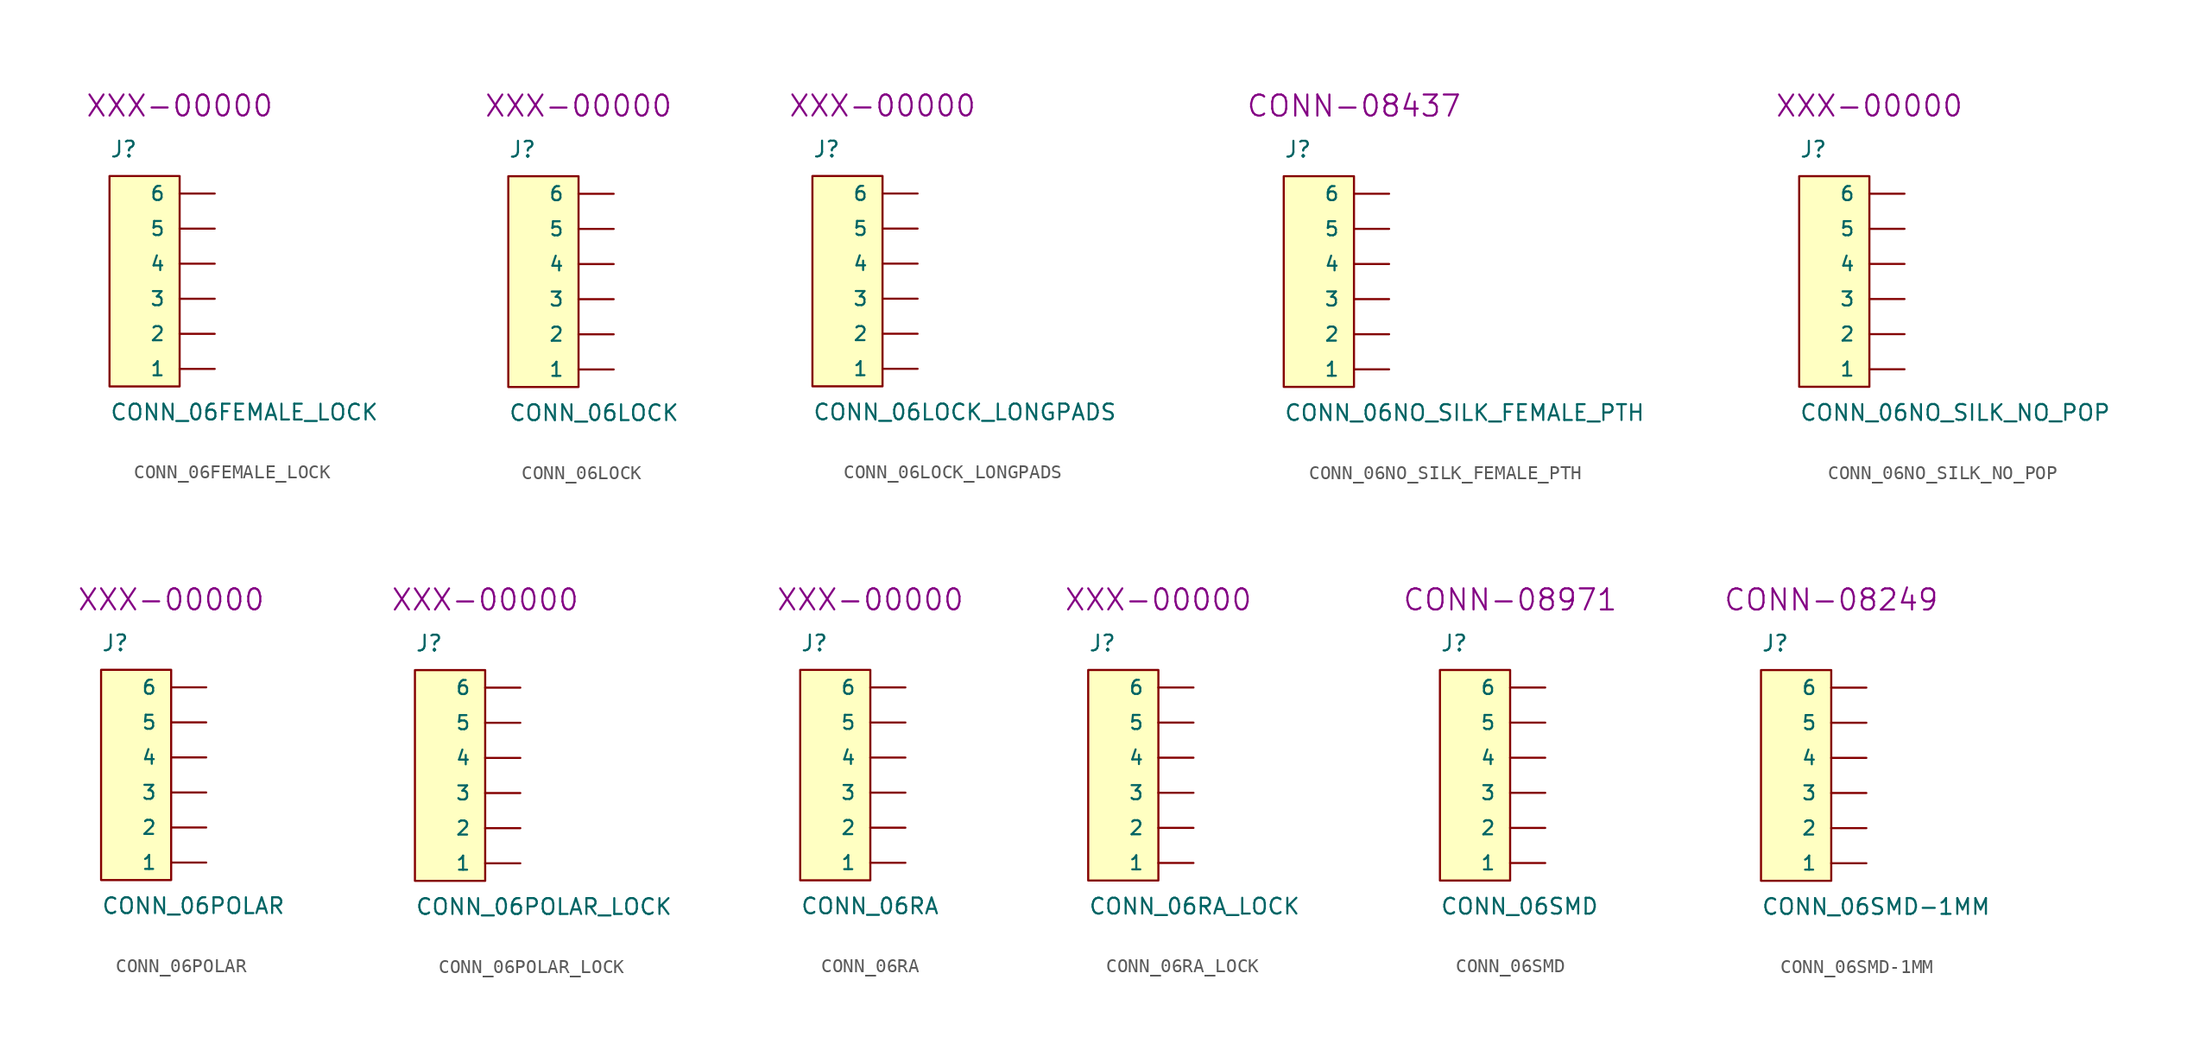
<source format=kicad_sym>
(kicad_symbol_lib
  (version 20220914)
  (generator kicad_symbol_editor)
  (symbol "CONN_06FEMALE_LOCK"
    (pin_numbers hide)
    (pin_names
      (offset 1.016))
    (property "Reference" "J"
      (at -5.08 15.24 0)
      (effects (font (size 1.143 1.143)) (justify left bottom)))
    (property "Value" "CONN_06FEMALE_LOCK"
      (at -5.08 -3.81 0)
      (effects (font (size 1.143 1.143)) (justify left bottom)))
    (property "Field4" "XXX-00000"
      (at 0 19.05 0)
      (effects (font (size 1.524 1.524))))
    (property "ki_locked" ""
      (at 0 0 0)
      (effects (font (size 1.27 1.27))))
    (symbol "CONN_06FEMALE_LOCK_0_1"
      (rectangle (start 0 -1.27) (end -5.08 13.97) (stroke (width 0) (type solid)) (fill (type background))))
    (symbol "CONN_06FEMALE_LOCK_1_1"
      (pin passive line (at 2.54 0 180) (length 2.54) (name "1" (effects (font (size 1.016 1.016)))) (number "1" (effects (font (size 1.016 1.016)))))
      (pin passive line (at 2.54 2.54 180) (length 2.54) (name "2" (effects (font (size 1.016 1.016)))) (number "2" (effects (font (size 1.016 1.016)))))
      (pin passive line (at 2.54 5.08 180) (length 2.54) (name "3" (effects (font (size 1.016 1.016)))) (number "3" (effects (font (size 1.016 1.016)))))
      (pin passive line (at 2.54 7.62 180) (length 2.54) (name "4" (effects (font (size 1.016 1.016)))) (number "4" (effects (font (size 1.016 1.016)))))
      (pin passive line (at 2.54 10.16 180) (length 2.54) (name "5" (effects (font (size 1.016 1.016)))) (number "5" (effects (font (size 1.016 1.016)))))
      (pin passive line (at 2.54 12.7 180) (length 2.54) (name "6" (effects (font (size 1.016 1.016)))) (number "6" (effects (font (size 1.016 1.016)))))))
  (symbol "CONN_06LOCK"
    (pin_numbers hide)
    (pin_names
      (offset 1.016))
    (property "Reference" "J"
      (at -5.08 15.24 0)
      (effects (font (size 1.143 1.143)) (justify left bottom)))
    (property "Value" "CONN_06LOCK"
      (at -5.08 -3.81 0)
      (effects (font (size 1.143 1.143)) (justify left bottom)))
    (property "Field4" "XXX-00000"
      (at 0 19.05 0)
      (effects (font (size 1.524 1.524))))
    (property "ki_locked" ""
      (at 0 0 0)
      (effects (font (size 1.27 1.27))))
    (symbol "CONN_06LOCK_0_1"
      (rectangle (start 0 -1.27) (end -5.08 13.97) (stroke (width 0) (type solid)) (fill (type background))))
    (symbol "CONN_06LOCK_1_1"
      (pin passive line (at 2.54 0 180) (length 2.54) (name "1" (effects (font (size 1.016 1.016)))) (number "1" (effects (font (size 1.016 1.016)))))
      (pin passive line (at 2.54 2.54 180) (length 2.54) (name "2" (effects (font (size 1.016 1.016)))) (number "2" (effects (font (size 1.016 1.016)))))
      (pin passive line (at 2.54 5.08 180) (length 2.54) (name "3" (effects (font (size 1.016 1.016)))) (number "3" (effects (font (size 1.016 1.016)))))
      (pin passive line (at 2.54 7.62 180) (length 2.54) (name "4" (effects (font (size 1.016 1.016)))) (number "4" (effects (font (size 1.016 1.016)))))
      (pin passive line (at 2.54 10.16 180) (length 2.54) (name "5" (effects (font (size 1.016 1.016)))) (number "5" (effects (font (size 1.016 1.016)))))
      (pin passive line (at 2.54 12.7 180) (length 2.54) (name "6" (effects (font (size 1.016 1.016)))) (number "6" (effects (font (size 1.016 1.016)))))))
  (symbol "CONN_06LOCK_LONGPADS"
    (pin_numbers hide)
    (pin_names
      (offset 1.016))
    (property "Reference" "J"
      (at -5.08 15.24 0)
      (effects (font (size 1.143 1.143)) (justify left bottom)))
    (property "Value" "CONN_06LOCK_LONGPADS"
      (at -5.08 -3.81 0)
      (effects (font (size 1.143 1.143)) (justify left bottom)))
    (property "Field4" "XXX-00000"
      (at 0 19.05 0)
      (effects (font (size 1.524 1.524))))
    (property "ki_locked" ""
      (at 0 0 0)
      (effects (font (size 1.27 1.27))))
    (symbol "CONN_06LOCK_LONGPADS_0_1"
      (rectangle (start 0 -1.27) (end -5.08 13.97) (stroke (width 0) (type solid)) (fill (type background))))
    (symbol "CONN_06LOCK_LONGPADS_1_1"
      (pin passive line (at 2.54 0 180) (length 2.54) (name "1" (effects (font (size 1.016 1.016)))) (number "1" (effects (font (size 1.016 1.016)))))
      (pin passive line (at 2.54 2.54 180) (length 2.54) (name "2" (effects (font (size 1.016 1.016)))) (number "2" (effects (font (size 1.016 1.016)))))
      (pin passive line (at 2.54 5.08 180) (length 2.54) (name "3" (effects (font (size 1.016 1.016)))) (number "3" (effects (font (size 1.016 1.016)))))
      (pin passive line (at 2.54 7.62 180) (length 2.54) (name "4" (effects (font (size 1.016 1.016)))) (number "4" (effects (font (size 1.016 1.016)))))
      (pin passive line (at 2.54 10.16 180) (length 2.54) (name "5" (effects (font (size 1.016 1.016)))) (number "5" (effects (font (size 1.016 1.016)))))
      (pin passive line (at 2.54 12.7 180) (length 2.54) (name "6" (effects (font (size 1.016 1.016)))) (number "6" (effects (font (size 1.016 1.016)))))))
  (symbol "CONN_06NO_SILK_FEMALE_PTH"
    (pin_numbers hide)
    (pin_names
      (offset 1.016))
    (property "Reference" "J"
      (at -5.08 15.24 0)
      (effects (font (size 1.143 1.143)) (justify left bottom)))
    (property "Value" "CONN_06NO_SILK_FEMALE_PTH"
      (at -5.08 -3.81 0)
      (effects (font (size 1.143 1.143)) (justify left bottom)))
    (property "Field4" "CONN-08437"
      (at 0 19.05 0)
      (effects (font (size 1.524 1.524))))
    (property "ki_locked" ""
      (at 0 0 0)
      (effects (font (size 1.27 1.27))))
    (symbol "CONN_06NO_SILK_FEMALE_PTH_0_1"
      (rectangle (start 0 -1.27) (end -5.08 13.97) (stroke (width 0) (type solid)) (fill (type background))))
    (symbol "CONN_06NO_SILK_FEMALE_PTH_1_1"
      (pin passive line (at 2.54 0 180) (length 2.54) (name "1" (effects (font (size 1.016 1.016)))) (number "1" (effects (font (size 1.016 1.016)))))
      (pin passive line (at 2.54 2.54 180) (length 2.54) (name "2" (effects (font (size 1.016 1.016)))) (number "2" (effects (font (size 1.016 1.016)))))
      (pin passive line (at 2.54 5.08 180) (length 2.54) (name "3" (effects (font (size 1.016 1.016)))) (number "3" (effects (font (size 1.016 1.016)))))
      (pin passive line (at 2.54 7.62 180) (length 2.54) (name "4" (effects (font (size 1.016 1.016)))) (number "4" (effects (font (size 1.016 1.016)))))
      (pin passive line (at 2.54 10.16 180) (length 2.54) (name "5" (effects (font (size 1.016 1.016)))) (number "5" (effects (font (size 1.016 1.016)))))
      (pin passive line (at 2.54 12.7 180) (length 2.54) (name "6" (effects (font (size 1.016 1.016)))) (number "6" (effects (font (size 1.016 1.016)))))))
  (symbol "CONN_06NO_SILK_NO_POP"
    (pin_numbers hide)
    (pin_names
      (offset 1.016))
    (property "Reference" "J"
      (at -5.08 15.24 0)
      (effects (font (size 1.143 1.143)) (justify left bottom)))
    (property "Value" "CONN_06NO_SILK_NO_POP"
      (at -5.08 -3.81 0)
      (effects (font (size 1.143 1.143)) (justify left bottom)))
    (property "Field4" "XXX-00000"
      (at 0 19.05 0)
      (effects (font (size 1.524 1.524))))
    (property "ki_locked" ""
      (at 0 0 0)
      (effects (font (size 1.27 1.27))))
    (symbol "CONN_06NO_SILK_NO_POP_0_1"
      (rectangle (start 0 -1.27) (end -5.08 13.97) (stroke (width 0) (type solid)) (fill (type background))))
    (symbol "CONN_06NO_SILK_NO_POP_1_1"
      (pin passive line (at 2.54 0 180) (length 2.54) (name "1" (effects (font (size 1.016 1.016)))) (number "1" (effects (font (size 1.016 1.016)))))
      (pin passive line (at 2.54 2.54 180) (length 2.54) (name "2" (effects (font (size 1.016 1.016)))) (number "2" (effects (font (size 1.016 1.016)))))
      (pin passive line (at 2.54 5.08 180) (length 2.54) (name "3" (effects (font (size 1.016 1.016)))) (number "3" (effects (font (size 1.016 1.016)))))
      (pin passive line (at 2.54 7.62 180) (length 2.54) (name "4" (effects (font (size 1.016 1.016)))) (number "4" (effects (font (size 1.016 1.016)))))
      (pin passive line (at 2.54 10.16 180) (length 2.54) (name "5" (effects (font (size 1.016 1.016)))) (number "5" (effects (font (size 1.016 1.016)))))
      (pin passive line (at 2.54 12.7 180) (length 2.54) (name "6" (effects (font (size 1.016 1.016)))) (number "6" (effects (font (size 1.016 1.016)))))))
  (symbol "CONN_06POLAR"
    (pin_numbers hide)
    (pin_names
      (offset 1.016))
    (property "Reference" "J"
      (at -5.08 15.24 0)
      (effects (font (size 1.143 1.143)) (justify left bottom)))
    (property "Value" "CONN_06POLAR"
      (at -5.08 -3.81 0)
      (effects (font (size 1.143 1.143)) (justify left bottom)))
    (property "Field4" "XXX-00000"
      (at 0 19.05 0)
      (effects (font (size 1.524 1.524))))
    (property "ki_locked" ""
      (at 0 0 0)
      (effects (font (size 1.27 1.27))))
    (symbol "CONN_06POLAR_0_1"
      (rectangle (start 0 -1.27) (end -5.08 13.97) (stroke (width 0) (type solid)) (fill (type background))))
    (symbol "CONN_06POLAR_1_1"
      (pin passive line (at 2.54 0 180) (length 2.54) (name "1" (effects (font (size 1.016 1.016)))) (number "1" (effects (font (size 1.016 1.016)))))
      (pin passive line (at 2.54 2.54 180) (length 2.54) (name "2" (effects (font (size 1.016 1.016)))) (number "2" (effects (font (size 1.016 1.016)))))
      (pin passive line (at 2.54 5.08 180) (length 2.54) (name "3" (effects (font (size 1.016 1.016)))) (number "3" (effects (font (size 1.016 1.016)))))
      (pin passive line (at 2.54 7.62 180) (length 2.54) (name "4" (effects (font (size 1.016 1.016)))) (number "4" (effects (font (size 1.016 1.016)))))
      (pin passive line (at 2.54 10.16 180) (length 2.54) (name "5" (effects (font (size 1.016 1.016)))) (number "5" (effects (font (size 1.016 1.016)))))
      (pin passive line (at 2.54 12.7 180) (length 2.54) (name "6" (effects (font (size 1.016 1.016)))) (number "6" (effects (font (size 1.016 1.016)))))))
  (symbol "CONN_06POLAR_LOCK"
    (pin_numbers hide)
    (pin_names
      (offset 1.016))
    (property "Reference" "J"
      (at -5.08 15.24 0)
      (effects (font (size 1.143 1.143)) (justify left bottom)))
    (property "Value" "CONN_06POLAR_LOCK"
      (at -5.08 -3.81 0)
      (effects (font (size 1.143 1.143)) (justify left bottom)))
    (property "Field4" "XXX-00000"
      (at 0 19.05 0)
      (effects (font (size 1.524 1.524))))
    (property "ki_locked" ""
      (at 0 0 0)
      (effects (font (size 1.27 1.27))))
    (symbol "CONN_06POLAR_LOCK_0_1"
      (rectangle (start 0 -1.27) (end -5.08 13.97) (stroke (width 0) (type solid)) (fill (type background))))
    (symbol "CONN_06POLAR_LOCK_1_1"
      (pin passive line (at 2.54 0 180) (length 2.54) (name "1" (effects (font (size 1.016 1.016)))) (number "1" (effects (font (size 1.016 1.016)))))
      (pin passive line (at 2.54 2.54 180) (length 2.54) (name "2" (effects (font (size 1.016 1.016)))) (number "2" (effects (font (size 1.016 1.016)))))
      (pin passive line (at 2.54 5.08 180) (length 2.54) (name "3" (effects (font (size 1.016 1.016)))) (number "3" (effects (font (size 1.016 1.016)))))
      (pin passive line (at 2.54 7.62 180) (length 2.54) (name "4" (effects (font (size 1.016 1.016)))) (number "4" (effects (font (size 1.016 1.016)))))
      (pin passive line (at 2.54 10.16 180) (length 2.54) (name "5" (effects (font (size 1.016 1.016)))) (number "5" (effects (font (size 1.016 1.016)))))
      (pin passive line (at 2.54 12.7 180) (length 2.54) (name "6" (effects (font (size 1.016 1.016)))) (number "6" (effects (font (size 1.016 1.016)))))))
  (symbol "CONN_06RA"
    (pin_numbers hide)
    (pin_names
      (offset 1.016))
    (property "Reference" "J"
      (at -5.08 15.24 0)
      (effects (font (size 1.143 1.143)) (justify left bottom)))
    (property "Value" "CONN_06RA"
      (at -5.08 -3.81 0)
      (effects (font (size 1.143 1.143)) (justify left bottom)))
    (property "Field4" "XXX-00000"
      (at 0 19.05 0)
      (effects (font (size 1.524 1.524))))
    (property "ki_locked" ""
      (at 0 0 0)
      (effects (font (size 1.27 1.27))))
    (symbol "CONN_06RA_0_1"
      (rectangle (start 0 -1.27) (end -5.08 13.97) (stroke (width 0) (type solid)) (fill (type background))))
    (symbol "CONN_06RA_1_1"
      (pin passive line (at 2.54 0 180) (length 2.54) (name "1" (effects (font (size 1.016 1.016)))) (number "1" (effects (font (size 1.016 1.016)))))
      (pin passive line (at 2.54 2.54 180) (length 2.54) (name "2" (effects (font (size 1.016 1.016)))) (number "2" (effects (font (size 1.016 1.016)))))
      (pin passive line (at 2.54 5.08 180) (length 2.54) (name "3" (effects (font (size 1.016 1.016)))) (number "3" (effects (font (size 1.016 1.016)))))
      (pin passive line (at 2.54 7.62 180) (length 2.54) (name "4" (effects (font (size 1.016 1.016)))) (number "4" (effects (font (size 1.016 1.016)))))
      (pin passive line (at 2.54 10.16 180) (length 2.54) (name "5" (effects (font (size 1.016 1.016)))) (number "5" (effects (font (size 1.016 1.016)))))
      (pin passive line (at 2.54 12.7 180) (length 2.54) (name "6" (effects (font (size 1.016 1.016)))) (number "6" (effects (font (size 1.016 1.016)))))))
  (symbol "CONN_06RA_LOCK"
    (pin_numbers hide)
    (pin_names
      (offset 1.016))
    (property "Reference" "J"
      (at -5.08 15.24 0)
      (effects (font (size 1.143 1.143)) (justify left bottom)))
    (property "Value" "CONN_06RA_LOCK"
      (at -5.08 -3.81 0)
      (effects (font (size 1.143 1.143)) (justify left bottom)))
    (property "Field4" "XXX-00000"
      (at 0 19.05 0)
      (effects (font (size 1.524 1.524))))
    (property "ki_locked" ""
      (at 0 0 0)
      (effects (font (size 1.27 1.27))))
    (symbol "CONN_06RA_LOCK_0_1"
      (rectangle (start 0 -1.27) (end -5.08 13.97) (stroke (width 0) (type solid)) (fill (type background))))
    (symbol "CONN_06RA_LOCK_1_1"
      (pin passive line (at 2.54 0 180) (length 2.54) (name "1" (effects (font (size 1.016 1.016)))) (number "1" (effects (font (size 1.016 1.016)))))
      (pin passive line (at 2.54 2.54 180) (length 2.54) (name "2" (effects (font (size 1.016 1.016)))) (number "2" (effects (font (size 1.016 1.016)))))
      (pin passive line (at 2.54 5.08 180) (length 2.54) (name "3" (effects (font (size 1.016 1.016)))) (number "3" (effects (font (size 1.016 1.016)))))
      (pin passive line (at 2.54 7.62 180) (length 2.54) (name "4" (effects (font (size 1.016 1.016)))) (number "4" (effects (font (size 1.016 1.016)))))
      (pin passive line (at 2.54 10.16 180) (length 2.54) (name "5" (effects (font (size 1.016 1.016)))) (number "5" (effects (font (size 1.016 1.016)))))
      (pin passive line (at 2.54 12.7 180) (length 2.54) (name "6" (effects (font (size 1.016 1.016)))) (number "6" (effects (font (size 1.016 1.016)))))))
  (symbol "CONN_06SMD"
    (pin_numbers hide)
    (pin_names
      (offset 1.016))
    (property "Reference" "J"
      (at -5.08 15.24 0)
      (effects (font (size 1.143 1.143)) (justify left bottom)))
    (property "Value" "CONN_06SMD"
      (at -5.08 -3.81 0)
      (effects (font (size 1.143 1.143)) (justify left bottom)))
    (property "Field4" "CONN-08971"
      (at 0 19.05 0)
      (effects (font (size 1.524 1.524))))
    (property "ki_locked" ""
      (at 0 0 0)
      (effects (font (size 1.27 1.27))))
    (symbol "CONN_06SMD_0_1"
      (rectangle (start 0 -1.27) (end -5.08 13.97) (stroke (width 0) (type solid)) (fill (type background))))
    (symbol "CONN_06SMD_1_1"
      (pin passive line (at 2.54 0 180) (length 2.54) (name "1" (effects (font (size 1.016 1.016)))) (number "1" (effects (font (size 1.016 1.016)))))
      (pin passive line (at 2.54 2.54 180) (length 2.54) (name "2" (effects (font (size 1.016 1.016)))) (number "2" (effects (font (size 1.016 1.016)))))
      (pin passive line (at 2.54 5.08 180) (length 2.54) (name "3" (effects (font (size 1.016 1.016)))) (number "3" (effects (font (size 1.016 1.016)))))
      (pin passive line (at 2.54 7.62 180) (length 2.54) (name "4" (effects (font (size 1.016 1.016)))) (number "4" (effects (font (size 1.016 1.016)))))
      (pin passive line (at 2.54 10.16 180) (length 2.54) (name "5" (effects (font (size 1.016 1.016)))) (number "5" (effects (font (size 1.016 1.016)))))
      (pin passive line (at 2.54 12.7 180) (length 2.54) (name "6" (effects (font (size 1.016 1.016)))) (number "6" (effects (font (size 1.016 1.016)))))))
  (symbol "CONN_06SMD-1MM"
    (pin_numbers hide)
    (pin_names
      (offset 1.016))
    (property "Reference" "J"
      (at -5.08 15.24 0)
      (effects (font (size 1.143 1.143)) (justify left bottom)))
    (property "Value" "CONN_06SMD-1MM"
      (at -5.08 -3.81 0)
      (effects (font (size 1.143 1.143)) (justify left bottom)))
    (property "Field4" "CONN-08249"
      (at 0 19.05 0)
      (effects (font (size 1.524 1.524))))
    (property "ki_locked" ""
      (at 0 0 0)
      (effects (font (size 1.27 1.27))))
    (symbol "CONN_06SMD-1MM_0_1"
      (rectangle (start 0 -1.27) (end -5.08 13.97) (stroke (width 0) (type solid)) (fill (type background))))
    (symbol "CONN_06SMD-1MM_1_1"
      (pin passive line (at 2.54 0 180) (length 2.54) (name "1" (effects (font (size 1.016 1.016)))) (number "1" (effects (font (size 1.016 1.016)))))
      (pin passive line (at 2.54 2.54 180) (length 2.54) (name "2" (effects (font (size 1.016 1.016)))) (number "2" (effects (font (size 1.016 1.016)))))
      (pin passive line (at 2.54 5.08 180) (length 2.54) (name "3" (effects (font (size 1.016 1.016)))) (number "3" (effects (font (size 1.016 1.016)))))
      (pin passive line (at 2.54 7.62 180) (length 2.54) (name "4" (effects (font (size 1.016 1.016)))) (number "4" (effects (font (size 1.016 1.016)))))
      (pin passive line (at 2.54 10.16 180) (length 2.54) (name "5" (effects (font (size 1.016 1.016)))) (number "5" (effects (font (size 1.016 1.016)))))
      (pin passive line (at 2.54 12.7 180) (length 2.54) (name "6" (effects (font (size 1.016 1.016)))) (number "6" (effects (font (size 1.016 1.016))))))))
</source>
